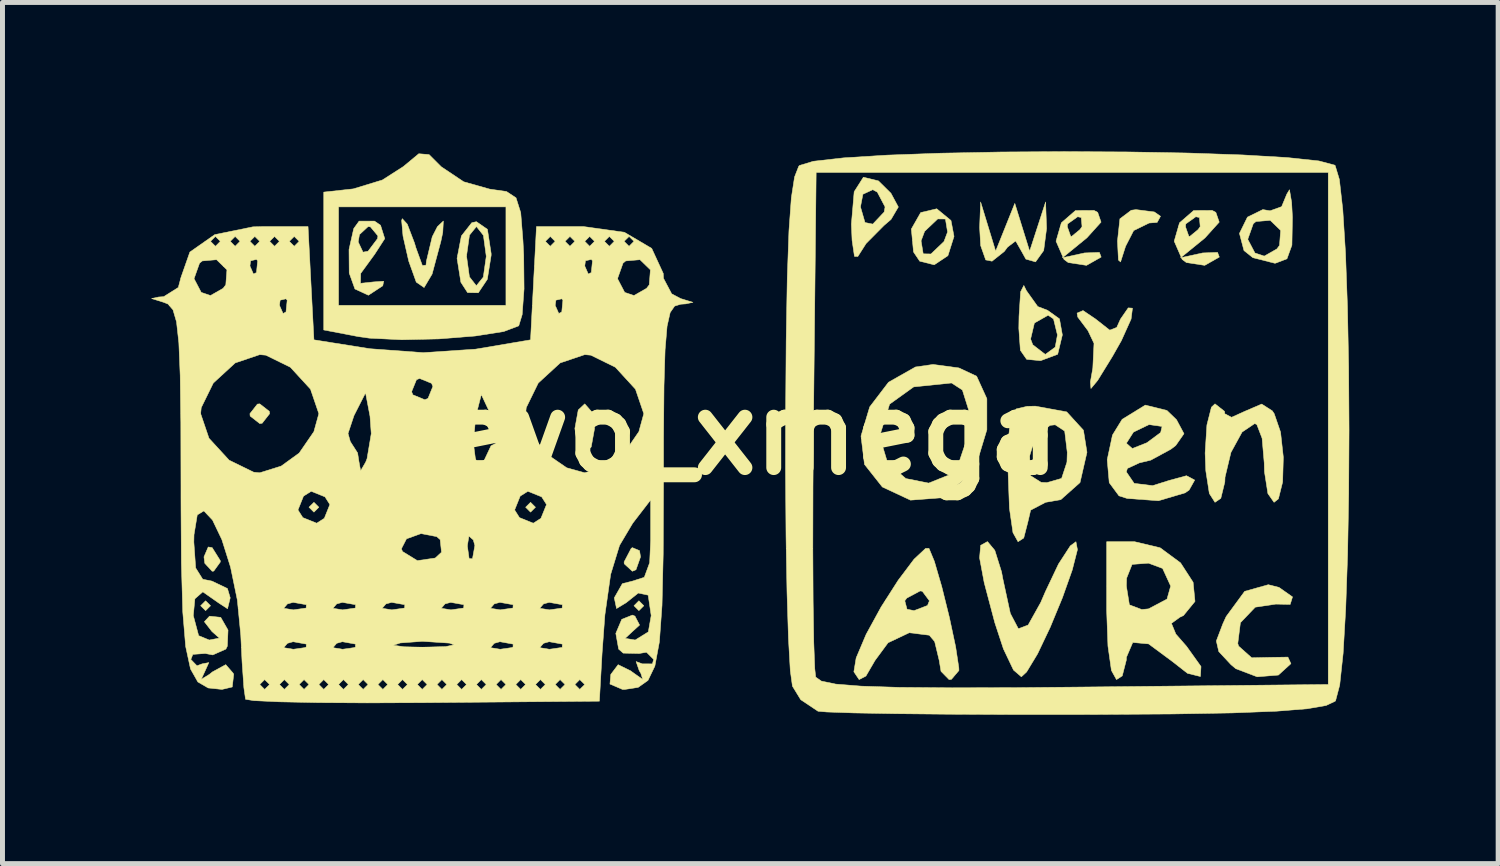
<source format=kicad_pcb>
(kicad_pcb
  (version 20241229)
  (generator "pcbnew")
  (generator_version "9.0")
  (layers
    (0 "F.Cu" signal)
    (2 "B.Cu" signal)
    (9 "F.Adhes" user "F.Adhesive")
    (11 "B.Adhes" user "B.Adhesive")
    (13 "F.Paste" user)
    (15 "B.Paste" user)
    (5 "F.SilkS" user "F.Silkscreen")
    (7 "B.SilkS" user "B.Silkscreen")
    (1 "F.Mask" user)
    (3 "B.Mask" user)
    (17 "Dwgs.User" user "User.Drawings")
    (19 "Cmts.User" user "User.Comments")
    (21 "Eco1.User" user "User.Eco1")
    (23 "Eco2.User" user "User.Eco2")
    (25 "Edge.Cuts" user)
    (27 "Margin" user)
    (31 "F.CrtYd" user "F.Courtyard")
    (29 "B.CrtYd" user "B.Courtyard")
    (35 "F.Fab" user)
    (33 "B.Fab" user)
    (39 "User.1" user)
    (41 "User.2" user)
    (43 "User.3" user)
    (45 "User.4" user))
  (footprint "evo_xmega"
    (layer "F.Cu")
    (at 12.106 5.683)
    (property "Reference" "evo_xmega" (at 0 0 0) (layer "F.SilkS") (effects (font (size 1.524 1.524) (thickness 0.3))))
    (attr through_hole)
    (fp_poly (pts (xy 6.268 -3.542) (xy 6.251 -3.538) (xy 6.265 -3.549) (xy 6.268 -3.542)) (stroke (width 0.01) (type solid)) (fill yes) (layer "F.SilkS"))
    (fp_poly (pts (xy 8.649 -3.542) (xy 8.632 -3.538) (xy 8.646 -3.549) (xy 8.649 -3.542)) (stroke (width 0.01) (type solid)) (fill yes) (layer "F.SilkS"))
    (fp_poly (pts (xy -10.914 3.473) (xy -11.013 3.572) (xy -11.113 3.473) (xy -11.013 3.373) (xy -10.914 3.473)) (stroke (width 0.01) (type solid)) (fill yes) (layer "F.SilkS"))
    (fp_poly (pts (xy -8.731 1.488) (xy -8.83 1.587) (xy -8.93 1.488) (xy -8.83 1.389) (xy -8.731 1.488)) (stroke (width 0.01) (type solid)) (fill yes) (layer "F.SilkS"))
    (fp_poly (pts (xy -4.366 1.488) (xy -4.465 1.587) (xy -4.564 1.488) (xy -4.465 1.389) (xy -4.366 1.488)) (stroke (width 0.01) (type solid)) (fill yes) (layer "F.SilkS"))
    (fp_poly (pts (xy -2.183 3.473) (xy -2.282 3.572) (xy -2.381 3.473) (xy -2.282 3.373) (xy -2.183 3.473)) (stroke (width 0.01) (type solid)) (fill yes) (layer "F.SilkS"))
    (fp_poly (pts (xy 7.033 -3.553) (xy 6.738 -3.386) (xy 6.37 -3.442) (xy 6.284 -3.506) (xy 6.268 -3.542) (xy 6.698 -3.636) (xy 6.997 -3.647) (xy 7.033 -3.553)) (stroke (width 0.01) (type solid)) (fill yes) (layer "F.SilkS"))
    (fp_poly (pts (xy 9.414 -3.553) (xy 9.12 -3.386) (xy 8.751 -3.442) (xy 8.665 -3.506) (xy 8.649 -3.542) (xy 9.079 -3.636) (xy 9.378 -3.647) (xy 9.414 -3.553)) (stroke (width 0.01) (type solid)) (fill yes) (layer "F.SilkS"))
    (fp_poly (pts (xy -10.881 2.302) (xy -10.717 2.564) (xy -10.716 2.591) (xy -10.849 2.775) (xy -10.881 2.778) (xy -11.029 2.618) (xy -11.046 2.489) (xy -10.96 2.289) (xy -10.881 2.302)) (stroke (width 0.01) (type solid)) (fill yes) (layer "F.SilkS"))
    (fp_poly (pts (xy -9.729 -0.444) (xy -9.723 -0.397) (xy -9.874 -0.204) (xy -9.922 -0.198) (xy -10.115 -0.349) (xy -10.12 -0.397) (xy -9.969 -0.59) (xy -9.922 -0.595) (xy -9.729 -0.444)) (stroke (width 0.01) (type solid)) (fill yes) (layer "F.SilkS"))
    (fp_poly (pts (xy -3.224 -0.425) (xy -3.175 -0.099) (xy -3.243 0.274) (xy -3.373 0.397) (xy -3.523 0.227) (xy -3.572 -0.099) (xy -3.504 -0.472) (xy -3.373 -0.595) (xy -3.224 -0.425)) (stroke (width 0.01) (type solid)) (fill yes) (layer "F.SilkS"))
    (fp_poly (pts (xy -2.269 2.363) (xy -2.249 2.489) (xy -2.341 2.748) (xy -2.414 2.778) (xy -2.577 2.628) (xy -2.58 2.591) (xy -2.438 2.319) (xy -2.414 2.302) (xy -2.269 2.363)) (stroke (width 0.01) (type solid)) (fill yes) (layer "F.SilkS"))
    (fp_poly (pts (xy 8.105 -4.462) (xy 8.229 -4.375) (xy 8.161 -4.251) (xy 7.999 -4.239) (xy 7.688 -4.087) (xy 7.525 -3.77) (xy 7.424 -3.455) (xy 7.381 -3.493) (xy 7.362 -3.877) (xy 7.411 -4.324) (xy 7.639 -4.496) (xy 7.735 -4.509) (xy 8.105 -4.462)) (stroke (width 0.01) (type solid)) (fill yes) (layer "F.SilkS"))
    (fp_poly (pts (xy -6.949 -4.216) (xy -6.804 -3.837) (xy -6.776 -3.742) (xy -6.645 -3.382) (xy -6.572 -3.39) (xy -6.563 -3.473) (xy -6.446 -3.962) (xy -6.341 -4.167) (xy -6.222 -4.279) (xy -6.234 -4.05) (xy -6.272 -3.87) (xy -6.449 -3.21) (xy -6.61 -2.939) (xy -6.768 -3.048) (xy -6.92 -3.472) (xy -7.035 -3.976) (xy -7.063 -4.29) (xy -7.05 -4.327) (xy -6.949 -4.216)) (stroke (width 0.01) (type solid)) (fill yes) (layer "F.SilkS"))
    (fp_poly (pts (xy 5.933 -4.129) (xy 5.875 -3.685) (xy 5.711 -3.456) (xy 5.516 -3.512) (xy 5.432 -3.664) (xy 5.31 -3.878) (xy 5.147 -3.754) (xy 5.081 -3.666) (xy 4.834 -3.47) (xy 4.707 -3.495) (xy 4.605 -3.784) (xy 4.584 -4.151) (xy 4.604 -4.663) (xy 4.907 -3.671) (xy 5.293 -4.634) (xy 5.442 -4.153) (xy 5.592 -3.671) (xy 5.914 -4.663) (xy 5.933 -4.129)) (stroke (width 0.01) (type solid)) (fill yes) (layer "F.SilkS"))
    (fp_poly (pts (xy 7.664 -2.523) (xy 7.636 -2.303) (xy 7.44 -1.868) (xy 7.261 -1.552) (xy 6.963 -1.068) (xy 6.827 -0.904) (xy 6.816 -1.036) (xy 6.865 -1.315) (xy 6.889 -1.814) (xy 6.767 -2.071) (xy 6.561 -2.345) (xy 6.548 -2.424) (xy 6.668 -2.475) (xy 6.921 -2.304) (xy 7.206 -2.08) (xy 7.347 -2.135) (xy 7.422 -2.302) (xy 7.579 -2.529) (xy 7.664 -2.523)) (stroke (width 0.01) (type solid)) (fill yes) (layer "F.SilkS"))
    (fp_poly (pts (xy 4.007 -4.29) (xy 4.068 -3.969) (xy 3.945 -3.581) (xy 3.669 -3.397) (xy 3.377 -3.47) (xy 3.252 -3.656) (xy 3.231 -3.88) (xy 3.404 -3.88) (xy 3.447 -3.618) (xy 3.603 -3.615) (xy 3.866 -3.866) (xy 3.938 -4.058) (xy 3.895 -4.32) (xy 3.74 -4.322) (xy 3.476 -4.072) (xy 3.404 -3.88) (xy 3.231 -3.88) (xy 3.208 -4.118) (xy 3.397 -4.45) (xy 3.72 -4.526) (xy 4.007 -4.29)) (stroke (width 0.01) (type solid)) (fill yes) (layer "F.SilkS"))
    (fp_poly (pts (xy 6.963 -4.454) (xy 7.031 -4.257) (xy 6.746 -3.941) (xy 6.724 -3.923) (xy 6.265 -3.549) (xy 6.124 -3.873) (xy 6.209 -4.167) (xy 6.35 -4.167) (xy 6.418 -3.974) (xy 6.438 -3.969) (xy 6.607 -4.108) (xy 6.648 -4.167) (xy 6.632 -4.35) (xy 6.56 -4.366) (xy 6.358 -4.222) (xy 6.35 -4.167) (xy 6.209 -4.167) (xy 6.231 -4.243) (xy 6.516 -4.491) (xy 6.889 -4.493) (xy 6.963 -4.454)) (stroke (width 0.01) (type solid)) (fill yes) (layer "F.SilkS"))
    (fp_poly (pts (xy 9.344 -4.454) (xy 9.412 -4.257) (xy 9.127 -3.941) (xy 9.106 -3.923) (xy 8.646 -3.549) (xy 8.505 -3.873) (xy 8.59 -4.167) (xy 8.731 -4.167) (xy 8.799 -3.974) (xy 8.819 -3.969) (xy 8.988 -4.108) (xy 9.029 -4.167) (xy 9.013 -4.35) (xy 8.941 -4.366) (xy 8.739 -4.222) (xy 8.731 -4.167) (xy 8.59 -4.167) (xy 8.612 -4.243) (xy 8.897 -4.491) (xy 9.27 -4.493) (xy 9.344 -4.454)) (stroke (width 0.01) (type solid)) (fill yes) (layer "F.SilkS"))
    (fp_poly (pts (xy 10.616 3.103) (xy 10.889 3.295) (xy 10.842 3.446) (xy 10.553 3.44) (xy 10.138 3.502) (xy 9.839 3.815) (xy 9.786 4.234) (xy 9.803 4.287) (xy 10.067 4.522) (xy 10.428 4.514) (xy 10.796 4.508) (xy 10.857 4.64) (xy 10.604 4.87) (xy 10.177 4.905) (xy 9.747 4.742) (xy 9.649 4.66) (xy 9.403 4.396) (xy 9.354 4.183) (xy 9.484 3.84) (xy 9.552 3.691) (xy 9.925 3.183) (xy 10.401 3.049) (xy 10.616 3.103)) (stroke (width 0.01) (type solid)) (fill yes) (layer "F.SilkS"))
    (fp_poly (pts (xy 2.545 -5.088) (xy 2.797 -4.839) (xy 2.946 -4.562) (xy 2.799 -4.312) (xy 2.654 -4.187) (xy 2.297 -3.827) (xy 2.13 -3.565) (xy 2.062 -3.567) (xy 2.014 -3.89) (xy 2 -4.217) (xy 2.03 -4.564) (xy 2.183 -4.564) (xy 2.274 -4.249) (xy 2.431 -4.217) (xy 2.661 -4.461) (xy 2.679 -4.564) (xy 2.522 -4.862) (xy 2.431 -4.911) (xy 2.232 -4.819) (xy 2.183 -4.564) (xy 2.03 -4.564) (xy 2.056 -4.869) (xy 2.242 -5.162) (xy 2.545 -5.088)) (stroke (width 0.01) (type solid)) (fill yes) (layer "F.SilkS"))
    (fp_poly (pts (xy 5.526 -2.877) (xy 5.755 -2.556) (xy 5.953 -2.48) (xy 6.193 -2.308) (xy 6.251 -1.984) (xy 6.157 -1.594) (xy 5.818 -1.467) (xy 5.804 -1.466) (xy 5.532 -1.492) (xy 5.405 -1.675) (xy 5.389 -1.901) (xy 5.611 -1.901) (xy 5.655 -1.786) (xy 5.907 -1.591) (xy 6.107 -1.737) (xy 6.152 -1.984) (xy 6.073 -2.307) (xy 5.965 -2.381) (xy 5.688 -2.224) (xy 5.611 -1.901) (xy 5.389 -1.901) (xy 5.374 -2.116) (xy 5.378 -2.359) (xy 5.41 -2.853) (xy 5.475 -2.981) (xy 5.526 -2.877)) (stroke (width 0.01) (type solid)) (fill yes) (layer "F.SilkS"))
    (fp_poly (pts (xy -7.488 -4.194) (xy -7.403 -3.924) (xy -7.605 -3.611) (xy -7.888 -3.223) (xy -7.892 -3.024) (xy -7.63 -3.052) (xy -7.425 -3.066) (xy -7.443 -2.974) (xy -7.733 -2.784) (xy -8.004 -2.91) (xy -8.119 -3.231) (xy -8.123 -3.705) (xy -8.089 -3.858) (xy -7.938 -3.858) (xy -7.841 -3.652) (xy -7.739 -3.671) (xy -7.548 -3.925) (xy -7.541 -3.98) (xy -7.692 -4.162) (xy -7.739 -4.167) (xy -7.913 -4.006) (xy -7.938 -3.858) (xy -8.089 -3.858) (xy -8.028 -4.127) (xy -7.92 -4.277) (xy -7.61 -4.278) (xy -7.488 -4.194)) (stroke (width 0.01) (type solid)) (fill yes) (layer "F.SilkS"))
    (fp_poly (pts (xy -5.334 -4.112) (xy -5.259 -3.623) (xy -5.259 -3.588) (xy -5.336 -3.105) (xy -5.518 -2.833) (xy -5.734 -2.837) (xy -5.869 -3.045) (xy -5.946 -3.527) (xy -5.937 -3.572) (xy -5.755 -3.572) (xy -5.697 -3.154) (xy -5.559 -2.977) (xy -5.556 -2.977) (xy -5.417 -3.149) (xy -5.358 -3.564) (xy -5.358 -3.572) (xy -5.415 -3.99) (xy -5.554 -4.167) (xy -5.556 -4.167) (xy -5.696 -3.995) (xy -5.755 -3.579) (xy -5.755 -3.572) (xy -5.937 -3.572) (xy -5.859 -3.978) (xy -5.649 -4.245) (xy -5.556 -4.266) (xy -5.334 -4.112)) (stroke (width 0.01) (type solid)) (fill yes) (layer "F.SilkS"))
    (fp_poly (pts (xy 6.555 2.343) (xy 6.45 2.754) (xy 6.253 3.31) (xy 6.006 3.908) (xy 5.752 4.442) (xy 5.531 4.807) (xy 5.425 4.905) (xy 5.267 4.769) (xy 5.064 4.343) (xy 4.89 3.814) (xy 4.676 3.006) (xy 4.583 2.508) (xy 4.605 2.256) (xy 4.737 2.183) (xy 4.745 2.183) (xy 4.89 2.357) (xy 5.026 2.791) (xy 5.052 2.931) (xy 5.203 3.629) (xy 5.365 3.937) (xy 5.562 3.861) (xy 5.815 3.408) (xy 5.911 3.186) (xy 6.174 2.632) (xy 6.411 2.267) (xy 6.525 2.183) (xy 6.555 2.343)) (stroke (width 0.01) (type solid)) (fill yes) (layer "F.SilkS"))
    (fp_poly (pts (xy 10.871 -4.655) (xy 10.887 -4.358) (xy 10.877 -3.793) (xy 10.777 -3.518) (xy 10.547 -3.43) (xy 10.53 -3.429) (xy 10.09 -3.541) (xy 9.911 -3.684) (xy 9.851 -3.911) (xy 9.987 -3.911) (xy 10.132 -3.635) (xy 10.319 -3.572) (xy 10.573 -3.716) (xy 10.627 -3.788) (xy 10.65 -4.09) (xy 10.44 -4.293) (xy 10.152 -4.269) (xy 10.098 -4.224) (xy 9.987 -3.911) (xy 9.851 -3.911) (xy 9.82 -4.03) (xy 9.981 -4.358) (xy 10.291 -4.51) (xy 10.437 -4.485) (xy 10.67 -4.569) (xy 10.775 -4.823) (xy 10.828 -4.91) (xy 10.871 -4.655)) (stroke (width 0.01) (type solid)) (fill yes) (layer "F.SilkS"))
    (fp_poly (pts (xy 9.519 -0.444) (xy 9.525 -0.395) (xy 9.661 -0.324) (xy 9.928 -0.445) (xy 10.268 -0.591) (xy 10.482 -0.454) (xy 10.52 -0.397) (xy 10.648 -0.025) (xy 10.704 0.482) (xy 10.69 0.979) (xy 10.605 1.319) (xy 10.517 1.389) (xy 10.393 1.213) (xy 10.324 0.773) (xy 10.319 0.595) (xy 10.276 0.098) (xy 10.17 -0.178) (xy 10.127 -0.198) (xy 9.873 -0.027) (xy 9.648 0.384) (xy 9.529 0.882) (xy 9.525 0.979) (xy 9.444 1.309) (xy 9.327 1.389) (xy 9.213 1.211) (xy 9.142 0.754) (xy 9.128 0.397) (xy 9.164 -0.169) (xy 9.255 -0.528) (xy 9.327 -0.595) (xy 9.519 -0.444)) (stroke (width 0.01) (type solid)) (fill yes) (layer "F.SilkS"))
    (fp_poly (pts (xy -6.51 -5.618) (xy -6.264 -5.372) (xy -5.812 -5.07) (xy -5.287 -4.922) (xy -4.95 -4.874) (xy -4.758 -4.747) (xy -4.663 -4.448) (xy -4.618 -3.882) (xy -4.603 -3.592) (xy -4.596 -2.911) (xy -4.634 -2.393) (xy -4.703 -2.167) (xy -5.007 -2.052) (xy -5.584 -1.962) (xy -6.31 -1.904) (xy -7.06 -1.887) (xy -7.712 -1.919) (xy -7.938 -1.951) (xy -8.632 -2.084) (xy -8.632 -4.564) (xy -8.334 -4.564) (xy -8.334 -2.58) (xy -4.961 -2.58) (xy -4.961 -4.564) (xy -8.334 -4.564) (xy -8.632 -4.564) (xy -8.632 -4.862) (xy -8.037 -4.927) (xy -7.451 -5.106) (xy -7.028 -5.377) (xy -6.717 -5.635) (xy -6.51 -5.618)) (stroke (width 0.01) (type solid)) (fill yes) (layer "F.SilkS"))
    (fp_poly (pts (xy 4.167 -1.319) (xy 4.524 -1.152) (xy 4.524 -1.151) (xy 4.73 -0.699) (xy 4.73 -0.074) (xy 4.537 0.563) (xy 4.351 0.866) (xy 3.811 1.298) (xy 3.191 1.345) (xy 2.624 1.08) (xy 2.264 0.625) (xy 2.199 0.097) (xy 2.58 0.097) (xy 2.73 0.595) (xy 3.097 0.91) (xy 3.556 1.002) (xy 3.983 0.831) (xy 4.16 0.608) (xy 4.342 0.069) (xy 4.364 -0.469) (xy 4.237 -0.874) (xy 4.018 -1.016) (xy 3.255 -0.937) (xy 2.77 -0.589) (xy 2.582 0.015) (xy 2.58 0.097) (xy 2.199 0.097) (xy 2.194 0.053) (xy 2.369 -0.533) (xy 2.749 -1.031) (xy 3.291 -1.338) (xy 3.646 -1.389) (xy 4.167 -1.319)) (stroke (width 0.01) (type solid)) (fill yes) (layer "F.SilkS"))
    (fp_poly (pts (xy 6.339 -0.433) (xy 6.676 -0.064) (xy 6.747 0.381) (xy 6.607 0.991) (xy 6.22 1.335) (xy 5.913 1.389) (xy 5.612 1.547) (xy 5.556 1.786) (xy 5.473 2.108) (xy 5.358 2.183) (xy 5.256 2) (xy 5.185 1.51) (xy 5.159 0.819) (xy 5.163 0.448) (xy 5.593 0.448) (xy 5.605 0.849) (xy 5.822 0.986) (xy 5.94 0.992) (xy 6.236 0.907) (xy 6.344 0.579) (xy 6.35 0.382) (xy 6.298 -0.047) (xy 6.107 -0.173) (xy 6.003 -0.162) (xy 5.707 0.078) (xy 5.593 0.448) (xy 5.163 0.448) (xy 5.166 0.101) (xy 5.208 -0.307) (xy 5.321 -0.493) (xy 5.541 -0.545) (xy 5.705 -0.549) (xy 6.339 -0.433)) (stroke (width 0.01) (type solid)) (fill yes) (layer "F.SilkS"))
    (fp_poly (pts (xy 8.358 -0.462) (xy 8.551 -0.276) (xy 8.702 0.006) (xy 8.536 0.244) (xy 8.438 0.319) (xy 8.033 0.539) (xy 7.8 0.595) (xy 7.561 0.706) (xy 7.541 0.777) (xy 7.698 1.007) (xy 8.071 1.053) (xy 8.401 0.949) (xy 8.752 0.853) (xy 8.918 0.941) (xy 8.806 1.141) (xy 8.726 1.198) (xy 8.188 1.357) (xy 7.557 1.311) (xy 7.392 1.258) (xy 7.196 0.993) (xy 7.155 0.53) (xy 7.226 0.199) (xy 7.541 0.199) (xy 7.661 0.305) (xy 7.954 0.189) (xy 8.232 -0.017) (xy 8.261 -0.14) (xy 7.997 -0.177) (xy 7.684 -0.026) (xy 7.541 0.199) (xy 7.226 0.199) (xy 7.261 0.034) (xy 7.456 -0.283) (xy 7.923 -0.57) (xy 8.358 -0.462)) (stroke (width 0.01) (type solid)) (fill yes) (layer "F.SilkS"))
    (fp_poly (pts (xy 3.564 2.318) (xy 3.672 2.578) (xy 3.821 3.089) (xy 3.975 3.71) (xy 4.101 4.302) (xy 4.165 4.724) (xy 4.167 4.778) (xy 4.016 4.956) (xy 3.969 4.961) (xy 3.806 4.795) (xy 3.77 4.576) (xy 3.678 4.195) (xy 3.57 4.067) (xy 3.166 4.017) (xy 2.739 4.219) (xy 2.477 4.574) (xy 2.293 4.89) (xy 2.156 4.961) (xy 2.05 4.804) (xy 2.096 4.525) (xy 2.297 4.05) (xy 2.6 3.496) (xy 2.679 3.373) (xy 3.076 3.373) (xy 3.121 3.543) (xy 3.263 3.572) (xy 3.534 3.468) (xy 3.572 3.373) (xy 3.429 3.181) (xy 3.385 3.175) (xy 3.116 3.319) (xy 3.076 3.373) (xy 2.679 3.373) (xy 2.943 2.96) (xy 3.263 2.535) (xy 3.496 2.317) (xy 3.564 2.318)) (stroke (width 0.01) (type solid)) (fill yes) (layer "F.SilkS"))
    (fp_poly (pts (xy 8.221 2.305) (xy 8.633 2.609) (xy 8.886 3) (xy 8.924 3.386) (xy 8.691 3.671) (xy 8.621 3.703) (xy 8.449 3.828) (xy 8.538 4.044) (xy 8.754 4.291) (xy 9.045 4.698) (xy 9.033 4.899) (xy 8.773 4.835) (xy 8.47 4.598) (xy 7.989 4.242) (xy 7.67 4.213) (xy 7.542 4.512) (xy 7.541 4.564) (xy 7.458 4.887) (xy 7.342 4.961) (xy 7.24 4.777) (xy 7.17 4.285) (xy 7.144 3.573) (xy 7.144 3.076) (xy 7.541 3.076) (xy 7.602 3.455) (xy 7.851 3.549) (xy 7.987 3.536) (xy 8.36 3.339) (xy 8.434 3.076) (xy 8.271 2.721) (xy 7.987 2.615) (xy 7.656 2.64) (xy 7.546 2.917) (xy 7.541 3.076) (xy 7.144 3.076) (xy 7.144 2.183) (xy 7.708 2.183) (xy 8.221 2.305)) (stroke (width 0.01) (type solid)) (fill yes) (layer "F.SilkS"))
    (fp_poly (pts (xy 7.57 -5.671) (xy 8.79 -5.649) (xy 9.883 -5.611) (xy 10.782 -5.558) (xy 11.421 -5.49) (xy 11.737 -5.406) (xy 11.748 -5.398) (xy 11.833 -5.117) (xy 11.902 -4.506) (xy 11.957 -3.63) (xy 11.996 -2.553) (xy 12.02 -1.343) (xy 12.028 -0.063) (xy 12.021 1.219) (xy 11.999 2.44) (xy 11.961 3.532) (xy 11.909 4.431) (xy 11.84 5.071) (xy 11.757 5.386) (xy 11.748 5.397) (xy 11.566 5.483) (xy 11.184 5.549) (xy 10.566 5.598) (xy 9.672 5.633) (xy 8.464 5.654) (xy 6.905 5.664) (xy 6.588 5.665) (xy 5.216 5.665) (xy 3.963 5.659) (xy 2.887 5.648) (xy 2.048 5.633) (xy 1.505 5.614) (xy 1.328 5.599) (xy 0.979 5.366) (xy 0.812 5.093) (xy 0.769 4.781) (xy 0.732 4.131) (xy 0.703 3.205) (xy 0.687 2.319) (xy 1.223 2.319) (xy 1.229 3.384) (xy 1.242 4.21) (xy 1.262 4.74) (xy 1.281 4.911) (xy 1.393 4.991) (xy 1.685 5.052) (xy 2.196 5.093) (xy 2.963 5.118) (xy 4.026 5.127) (xy 5.423 5.123) (xy 6.494 5.113) (xy 11.609 5.06) (xy 11.609 -5.259) (xy 1.29 -5.259) (xy 1.237 -0.301) (xy 1.226 1.072) (xy 1.223 2.319) (xy 0.687 2.319) (xy 0.683 2.061) (xy 0.673 0.76) (xy 0.674 -0.238) (xy 0.686 -1.866) (xy 0.708 -3.135) (xy 0.742 -4.082) (xy 0.79 -4.747) (xy 0.855 -5.167) (xy 0.938 -5.38) (xy 0.953 -5.398) (xy 1.233 -5.483) (xy 1.844 -5.552) (xy 2.72 -5.607) (xy 3.797 -5.646) (xy 5.008 -5.67) (xy 6.287 -5.678) (xy 7.57 -5.671)) (stroke (width 0.01) (type solid)) (fill yes) (layer "F.SilkS"))
    (fp_poly (pts (xy -8.89 -3.026) (xy -8.83 -1.885) (xy -7.703 -1.706) (xy -6.628 -1.627) (xy -5.574 -1.697) (xy -5.52 -1.706) (xy -4.465 -1.885) (xy -4.429 -2.58) (xy -3.969 -2.58) (xy -3.896 -2.416) (xy -3.836 -2.447) (xy -3.813 -2.683) (xy -3.836 -2.712) (xy -3.954 -2.685) (xy -3.969 -2.58) (xy -4.429 -2.58) (xy -4.405 -3.026) (xy -4.401 -3.118) (xy -2.713 -3.118) (xy -2.568 -2.841) (xy -2.381 -2.778) (xy -2.127 -2.923) (xy -2.073 -2.994) (xy -2.05 -3.296) (xy -2.26 -3.5) (xy -2.548 -3.475) (xy -2.602 -3.43) (xy -2.713 -3.118) (xy -4.401 -3.118) (xy -4.387 -3.373) (xy -3.373 -3.373) (xy -3.301 -3.21) (xy -3.241 -3.241) (xy -3.217 -3.477) (xy -3.241 -3.506) (xy -3.359 -3.478) (xy -3.373 -3.373) (xy -4.387 -3.373) (xy -4.361 -3.87) (xy -4.167 -3.87) (xy -4.068 -3.77) (xy -3.969 -3.87) (xy -3.77 -3.87) (xy -3.671 -3.77) (xy -3.572 -3.87) (xy -3.373 -3.87) (xy -3.274 -3.77) (xy -3.175 -3.87) (xy -2.977 -3.87) (xy -2.877 -3.77) (xy -2.778 -3.87) (xy -2.58 -3.87) (xy -2.48 -3.77) (xy -2.381 -3.87) (xy -2.48 -3.969) (xy -2.58 -3.87) (xy -2.778 -3.87) (xy -2.877 -3.969) (xy -2.977 -3.87) (xy -3.175 -3.87) (xy -3.274 -3.969) (xy -3.373 -3.87) (xy -3.572 -3.87) (xy -3.671 -3.969) (xy -3.77 -3.87) (xy -3.969 -3.87) (xy -4.068 -3.969) (xy -4.167 -3.87) (xy -4.361 -3.87) (xy -4.346 -4.167) (xy -3.394 -4.167) (xy -2.574 -4.052) (xy -2.024 -3.728) (xy -1.791 -3.223) (xy -1.786 -3.124) (xy -1.621 -2.812) (xy -1.439 -2.716) (xy -1.194 -2.641) (xy -1.335 -2.61) (xy -1.439 -2.603) (xy -1.562 -2.565) (xy -1.652 -2.435) (xy -1.714 -2.16) (xy -1.754 -1.687) (xy -1.776 -0.962) (xy -1.785 0.068) (xy -1.786 1.052) (xy -1.792 2.432) (xy -1.816 3.466) (xy -1.869 4.201) (xy -1.96 4.689) (xy -2.099 4.978) (xy -2.297 5.118) (xy -2.563 5.159) (xy -2.613 5.159) (xy -2.865 5.051) (xy -2.848 4.857) (xy -2.7 4.661) (xy -2.444 4.787) (xy -2.419 4.807) (xy -2.204 4.959) (xy -2.242 4.836) (xy -2.275 4.781) (xy -2.338 4.598) (xy -2.213 4.644) (xy -2.01 4.645) (xy -1.984 4.555) (xy -2.128 4.41) (xy -2.276 4.435) (xy -2.598 4.428) (xy -2.69 4.347) (xy -2.747 4.03) (xy -2.627 3.747) (xy -2.411 3.661) (xy -2.361 3.683) (xy -2.268 3.862) (xy -2.41 3.991) (xy -2.559 4.13) (xy -2.356 4.164) (xy -2.092 4) (xy -2.034 3.671) (xy -2.095 3.26) (xy -2.294 3.217) (xy -2.54 3.413) (xy -2.732 3.529) (xy -2.778 3.314) (xy -2.615 3.028) (xy -2.412 2.977) (xy -2.173 2.9) (xy -2.065 2.606) (xy -2.045 2.159) (xy -2.045 1.341) (xy -2.407 1.811) (xy -2.672 2.257) (xy -2.851 2.841) (xy -2.967 3.657) (xy -3.024 4.434) (xy -3.078 5.396) (xy -6.618 5.426) (xy -7.758 5.431) (xy -8.751 5.425) (xy -9.533 5.409) (xy -10.04 5.385) (xy -10.208 5.358) (xy -10.242 5.122) (xy -10.246 5.06) (xy -9.922 5.06) (xy -9.823 5.159) (xy -9.723 5.06) (xy -9.525 5.06) (xy -9.426 5.159) (xy -9.327 5.06) (xy -9.128 5.06) (xy -9.029 5.159) (xy -8.93 5.06) (xy -8.731 5.06) (xy -8.632 5.159) (xy -8.533 5.06) (xy -8.334 5.06) (xy -8.235 5.159) (xy -8.136 5.06) (xy -7.938 5.06) (xy -7.838 5.159) (xy -7.739 5.06) (xy -7.541 5.06) (xy -7.441 5.159) (xy -7.342 5.06) (xy -7.144 5.06) (xy -7.045 5.159) (xy -6.945 5.06) (xy -6.747 5.06) (xy -6.648 5.159) (xy -6.548 5.06) (xy -6.35 5.06) (xy -6.251 5.159) (xy -6.152 5.06) (xy -5.953 5.06) (xy -5.854 5.159) (xy -5.755 5.06) (xy -5.556 5.06) (xy -5.457 5.159) (xy -5.358 5.06) (xy -5.159 5.06) (xy -5.06 5.159) (xy -4.961 5.06) (xy -4.763 5.06) (xy -4.663 5.159) (xy -4.564 5.06) (xy -4.366 5.06) (xy -4.266 5.159) (xy -4.167 5.06) (xy -3.969 5.06) (xy -3.87 5.159) (xy -3.77 5.06) (xy -3.572 5.06) (xy -3.473 5.159) (xy -3.373 5.06) (xy -3.473 4.961) (xy -3.572 5.06) (xy -3.77 5.06) (xy -3.87 4.961) (xy -3.969 5.06) (xy -4.167 5.06) (xy -4.266 4.961) (xy -4.366 5.06) (xy -4.564 5.06) (xy -4.663 4.961) (xy -4.763 5.06) (xy -4.961 5.06) (xy -5.06 4.961) (xy -5.159 5.06) (xy -5.358 5.06) (xy -5.457 4.961) (xy -5.556 5.06) (xy -5.755 5.06) (xy -5.854 4.961) (xy -5.953 5.06) (xy -6.152 5.06) (xy -6.251 4.961) (xy -6.35 5.06) (xy -6.548 5.06) (xy -6.648 4.961) (xy -6.747 5.06) (xy -6.945 5.06) (xy -7.045 4.961) (xy -7.144 5.06) (xy -7.342 5.06) (xy -7.441 4.961) (xy -7.541 5.06) (xy -7.739 5.06) (xy -7.838 4.961) (xy -7.938 5.06) (xy -8.136 5.06) (xy -8.235 4.961) (xy -8.334 5.06) (xy -8.533 5.06) (xy -8.632 4.961) (xy -8.731 5.06) (xy -8.93 5.06) (xy -9.029 4.961) (xy -9.128 5.06) (xy -9.327 5.06) (xy -9.426 4.961) (xy -9.525 5.06) (xy -9.723 5.06) (xy -9.823 4.961) (xy -9.922 5.06) (xy -10.246 5.06) (xy -10.278 4.609) (xy -10.292 4.318) (xy -9.439 4.318) (xy -9.244 4.35) (xy -9.02 4.318) (xy -8.447 4.318) (xy -8.252 4.35) (xy -8.028 4.318) (xy -5.272 4.318) (xy -5.077 4.35) (xy -4.853 4.318) (xy -4.28 4.318) (xy -4.085 4.35) (xy -3.827 4.313) (xy -3.824 4.246) (xy -4.09 4.198) (xy -4.204 4.23) (xy -4.28 4.318) (xy -4.853 4.318) (xy -4.819 4.313) (xy -4.816 4.246) (xy -5.082 4.198) (xy -5.197 4.23) (xy -5.272 4.318) (xy -8.028 4.318) (xy -7.994 4.313) (xy -7.992 4.269) (xy -7.229 4.269) (xy -7.015 4.3) (xy -6.648 4.309) (xy -6.177 4.296) (xy -6.005 4.261) (xy -6.099 4.226) (xy -6.644 4.19) (xy -7.091 4.223) (xy -7.229 4.269) (xy -7.992 4.269) (xy -7.991 4.246) (xy -8.257 4.198) (xy -8.372 4.23) (xy -8.447 4.318) (xy -9.02 4.318) (xy -8.987 4.313) (xy -8.983 4.246) (xy -9.249 4.198) (xy -9.364 4.23) (xy -9.439 4.318) (xy -10.292 4.318) (xy -10.304 4.068) (xy -10.357 3.524) (xy -9.439 3.524) (xy -9.244 3.556) (xy -9.02 3.524) (xy -8.447 3.524) (xy -8.252 3.556) (xy -8.028 3.524) (xy -7.455 3.524) (xy -7.26 3.556) (xy -7.035 3.524) (xy -6.264 3.524) (xy -6.069 3.556) (xy -5.845 3.524) (xy -5.272 3.524) (xy -5.077 3.556) (xy -4.853 3.524) (xy -4.28 3.524) (xy -4.085 3.556) (xy -3.827 3.52) (xy -3.824 3.452) (xy -4.09 3.405) (xy -4.204 3.436) (xy -4.28 3.524) (xy -4.853 3.524) (xy -4.819 3.52) (xy -4.816 3.452) (xy -5.082 3.405) (xy -5.197 3.436) (xy -5.272 3.524) (xy -5.845 3.524) (xy -5.812 3.52) (xy -5.808 3.452) (xy -6.074 3.405) (xy -6.189 3.436) (xy -6.264 3.524) (xy -7.035 3.524) (xy -7.002 3.52) (xy -6.999 3.452) (xy -7.265 3.405) (xy -7.379 3.436) (xy -7.455 3.524) (xy -8.028 3.524) (xy -7.994 3.52) (xy -7.991 3.452) (xy -8.257 3.405) (xy -8.372 3.436) (xy -8.447 3.524) (xy -9.02 3.524) (xy -8.987 3.52) (xy -8.983 3.452) (xy -9.249 3.405) (xy -9.364 3.436) (xy -9.439 3.524) (xy -10.357 3.524) (xy -10.374 3.356) (xy -10.51 2.696) (xy -10.627 2.325) (xy -7.068 2.325) (xy -7.045 2.38) (xy -6.746 2.564) (xy -6.386 2.512) (xy -6.259 2.395) (xy -6.273 2.265) (xy -5.739 2.265) (xy -5.703 2.523) (xy -5.635 2.526) (xy -5.587 2.26) (xy -5.619 2.146) (xy -5.707 2.07) (xy -5.739 2.265) (xy -6.273 2.265) (xy -6.286 2.141) (xy -6.356 2.08) (xy -6.672 2.019) (xy -6.965 2.125) (xy -7.068 2.325) (xy -10.627 2.325) (xy -10.685 2.141) (xy -10.874 1.746) (xy -11.048 1.562) (xy -11.181 1.643) (xy -11.247 2.043) (xy -11.25 2.19) (xy -11.213 2.712) (xy -11.071 2.939) (xy -10.884 2.977) (xy -10.573 3.126) (xy -10.517 3.314) (xy -10.571 3.533) (xy -10.755 3.413) (xy -11.069 3.193) (xy -11.229 3.333) (xy -11.261 3.671) (xy -11.153 4.076) (xy -10.939 4.164) (xy -10.735 4.125) (xy -10.886 3.991) (xy -11.038 3.795) (xy -10.934 3.683) (xy -10.708 3.707) (xy -10.561 3.964) (xy -10.575 4.287) (xy -10.605 4.347) (xy -10.869 4.464) (xy -11.02 4.435) (xy -11.27 4.453) (xy -11.311 4.555) (xy -11.187 4.683) (xy -11.082 4.644) (xy -10.948 4.619) (xy -11.021 4.781) (xy -11.102 4.957) (xy -10.938 4.857) (xy -10.876 4.807) (xy -10.607 4.66) (xy -10.457 4.833) (xy -10.447 4.857) (xy -10.476 5.11) (xy -10.682 5.159) (xy -10.961 5.13) (xy -11.169 5.009) (xy -11.317 4.747) (xy -11.415 4.293) (xy -11.473 3.599) (xy -11.501 2.615) (xy -11.508 1.543) (xy -9.152 1.543) (xy -9.054 1.697) (xy -8.775 1.81) (xy -8.621 1.712) (xy -8.553 1.543) (xy -4.786 1.543) (xy -4.689 1.697) (xy -4.41 1.81) (xy -4.256 1.712) (xy -4.143 1.433) (xy -4.241 1.279) (xy -4.52 1.167) (xy -4.674 1.264) (xy -4.786 1.543) (xy -8.553 1.543) (xy -8.509 1.433) (xy -8.607 1.279) (xy -8.885 1.167) (xy -9.04 1.264) (xy -9.152 1.543) (xy -11.508 1.543) (xy -11.509 1.291) (xy -11.509 1.066) (xy -11.512 -0.222) (xy -11.515 -0.397) (xy -11.113 -0.397) (xy -10.945 0.098) (xy -10.539 0.54) (xy -10.044 0.782) (xy -9.922 0.794) (xy -9.49 0.659) (xy -9.128 0.397) (xy -8.856 0.002) (xy -8.143 0.002) (xy -8.097 0.165) (xy -7.95 0.394) (xy -7.924 0.562) (xy -7.889 0.754) (xy -7.788 0.581) (xy -7.76 0.51) (xy -7.707 0.197) (xy -5.617 0.197) (xy -5.578 0.496) (xy -5.488 0.758) (xy -5.423 0.646) (xy -5.401 0.546) (xy -5.262 0.251) (xy -5.163 0.198) (xy -5.115 0.047) (xy -5.228 -0.292) (xy -5.276 -0.397) (xy -4.564 -0.397) (xy -4.429 0.035) (xy -4.167 0.397) (xy -3.735 0.694) (xy -3.373 0.794) (xy -2.941 0.659) (xy -2.58 0.397) (xy -2.282 -0.035) (xy -2.183 -0.397) (xy -2.351 -0.891) (xy -2.756 -1.333) (xy -3.251 -1.576) (xy -3.373 -1.587) (xy -3.868 -1.42) (xy -4.31 -1.014) (xy -4.552 -0.519) (xy -4.564 -0.397) (xy -5.276 -0.397) (xy -5.457 -0.783) (xy -5.57 -0.342) (xy -5.617 0.197) (xy -7.707 0.197) (xy -7.675 0.005) (xy -7.7 -0.345) (xy -7.79 -0.817) (xy -8.023 -0.359) (xy -8.143 0.002) (xy -8.856 0.002) (xy -8.831 -0.035) (xy -8.731 -0.397) (xy -8.882 -0.84) (xy -6.862 -0.84) (xy -6.836 -0.777) (xy -6.595 -0.678) (xy -6.531 -0.705) (xy -6.433 -0.946) (xy -6.46 -1.009) (xy -6.701 -1.107) (xy -6.764 -1.081) (xy -6.862 -0.84) (xy -8.882 -0.84) (xy -8.899 -0.891) (xy -9.305 -1.333) (xy -9.8 -1.576) (xy -9.922 -1.587) (xy -10.416 -1.42) (xy -10.858 -1.014) (xy -11.101 -0.519) (xy -11.113 -0.397) (xy -11.515 -0.397) (xy -11.525 -1.167) (xy -11.552 -1.824) (xy -11.599 -2.247) (xy -11.67 -2.49) (xy -11.748 -2.58) (xy -9.525 -2.58) (xy -9.452 -2.416) (xy -9.393 -2.447) (xy -9.369 -2.683) (xy -9.393 -2.712) (xy -9.511 -2.685) (xy -9.525 -2.58) (xy -11.748 -2.58) (xy -11.772 -2.607) (xy -11.857 -2.641) (xy -12.101 -2.717) (xy -11.96 -2.748) (xy -11.857 -2.755) (xy -11.563 -2.94) (xy -11.516 -3.118) (xy -11.246 -3.118) (xy -11.101 -2.841) (xy -10.914 -2.778) (xy -10.66 -2.923) (xy -10.606 -2.994) (xy -10.583 -3.296) (xy -10.662 -3.373) (xy -10.12 -3.373) (xy -10.048 -3.21) (xy -9.988 -3.241) (xy -9.964 -3.477) (xy -9.988 -3.506) (xy -10.106 -3.478) (xy -10.12 -3.373) (xy -10.662 -3.373) (xy -10.792 -3.5) (xy -11.08 -3.475) (xy -11.135 -3.43) (xy -11.246 -3.118) (xy -11.516 -3.118) (xy -11.509 -3.144) (xy -11.33 -3.654) (xy -11.022 -3.87) (xy -10.914 -3.87) (xy -10.815 -3.77) (xy -10.716 -3.87) (xy -10.517 -3.87) (xy -10.418 -3.77) (xy -10.319 -3.87) (xy -10.12 -3.87) (xy -10.021 -3.77) (xy -9.922 -3.87) (xy -9.723 -3.87) (xy -9.624 -3.77) (xy -9.525 -3.87) (xy -9.327 -3.87) (xy -9.227 -3.77) (xy -9.128 -3.87) (xy -9.227 -3.969) (xy -9.327 -3.87) (xy -9.525 -3.87) (xy -9.624 -3.969) (xy -9.723 -3.87) (xy -9.922 -3.87) (xy -10.021 -3.969) (xy -10.12 -3.87) (xy -10.319 -3.87) (xy -10.418 -3.969) (xy -10.517 -3.87) (xy -10.716 -3.87) (xy -10.815 -3.969) (xy -10.914 -3.87) (xy -11.022 -3.87) (xy -10.829 -4.005) (xy -10.06 -4.162) (xy -9.867 -4.167) (xy -8.949 -4.167) (xy -8.89 -3.026)) (stroke (width 0.01) (type solid)) (fill yes) (layer "F.SilkS")))
  (gr_rect
    (start -3 -3)
    (end 27.139 14.353)
    (stroke (width 0.1) (type default))
    (fill no)
    (layer "Edge.Cuts")))
</source>
